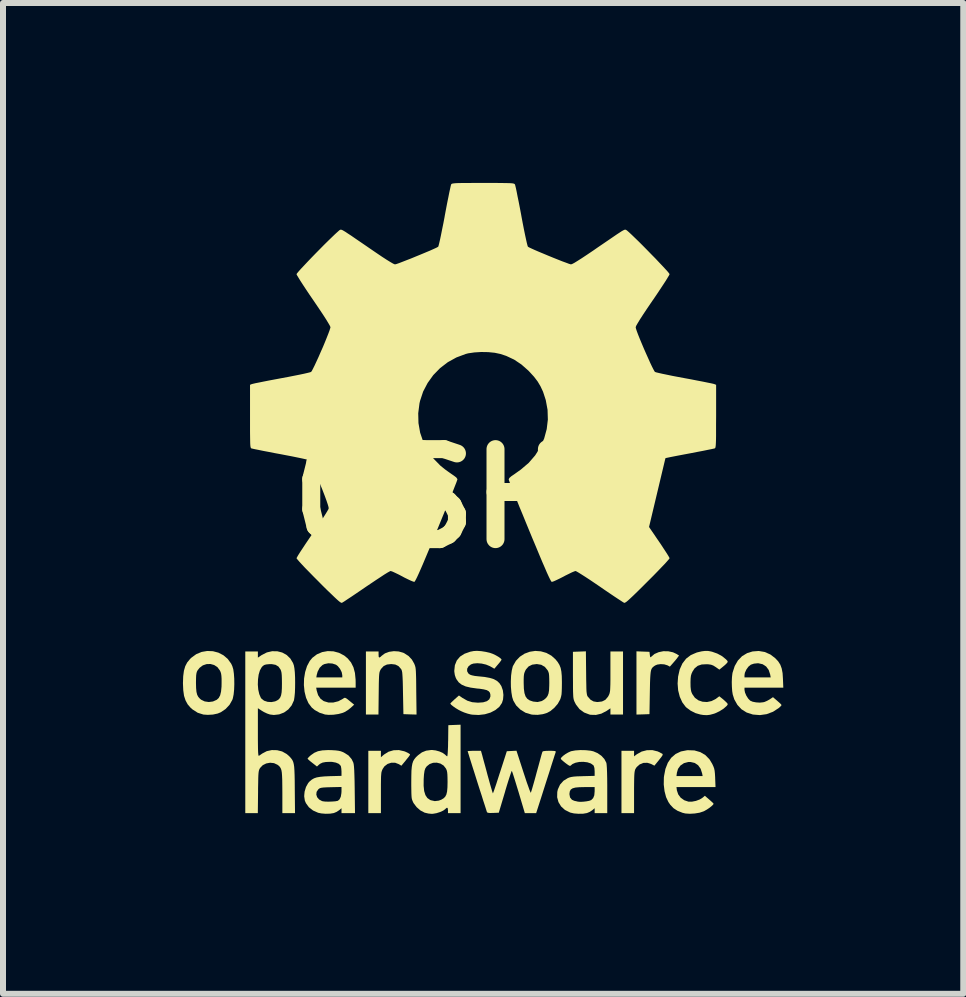
<source format=kicad_pcb>
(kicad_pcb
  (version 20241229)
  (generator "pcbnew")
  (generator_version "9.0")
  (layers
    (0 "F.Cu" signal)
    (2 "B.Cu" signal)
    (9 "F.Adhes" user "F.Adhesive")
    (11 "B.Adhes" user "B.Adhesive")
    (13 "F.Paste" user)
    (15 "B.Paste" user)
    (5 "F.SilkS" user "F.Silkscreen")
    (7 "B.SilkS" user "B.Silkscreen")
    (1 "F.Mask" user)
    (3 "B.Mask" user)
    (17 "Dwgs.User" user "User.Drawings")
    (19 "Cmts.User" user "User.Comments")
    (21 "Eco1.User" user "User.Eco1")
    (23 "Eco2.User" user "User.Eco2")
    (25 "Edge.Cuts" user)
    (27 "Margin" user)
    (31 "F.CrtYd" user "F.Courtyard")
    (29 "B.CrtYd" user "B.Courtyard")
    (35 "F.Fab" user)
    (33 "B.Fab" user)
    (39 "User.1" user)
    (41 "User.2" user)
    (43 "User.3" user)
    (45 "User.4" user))
  (footprint "OSHW"
    (layer "F.Cu")
    (at 4.996 5.259)
    (property "Reference" "OSHW" (at 0 0 0) (layer "F.SilkS") (effects (font (size 1.5 1.5) (thickness 0.3))))
    (attr board_only exclude_from_pos_files exclude_from_bom)
    (fp_poly (pts (xy 2.92 4.218) (xy 2.996 4.257) (xy 3.002 4.268) (xy 2.996 4.286) (xy 2.976 4.315) (xy 2.94 4.36) (xy 2.939 4.362) (xy 2.863 4.455) (xy 2.811 4.428) (xy 2.745 4.407) (xy 2.679 4.409) (xy 2.618 4.434) (xy 2.568 4.478) (xy 2.547 4.51) (xy 2.54 4.527) (xy 2.535 4.548) (xy 2.531 4.576) (xy 2.528 4.615) (xy 2.526 4.669) (xy 2.525 4.74) (xy 2.524 4.832) (xy 2.524 4.901) (xy 2.524 5.246) (xy 2.419 5.246) (xy 2.314 5.246) (xy 2.314 4.726) (xy 2.314 4.207) (xy 2.419 4.207) (xy 2.524 4.207) (xy 2.524 4.254) (xy 2.524 4.3) (xy 2.57 4.265) (xy 2.65 4.22) (xy 2.739 4.197) (xy 2.831 4.196)) (stroke (width 0) (type solid)) (fill yes) (layer "F.SilkS"))
    (fp_poly (pts (xy -1.307 4.215) (xy -1.279 4.226) (xy -1.241 4.245) (xy -1.216 4.261) (xy -1.21 4.269) (xy -1.217 4.284) (xy -1.238 4.313) (xy -1.269 4.351) (xy -1.282 4.368) (xy -1.355 4.456) (xy -1.397 4.43) (xy -1.459 4.406) (xy -1.524 4.406) (xy -1.585 4.426) (xy -1.637 4.466) (xy -1.666 4.509) (xy -1.675 4.528) (xy -1.682 4.547) (xy -1.688 4.57) (xy -1.691 4.6) (xy -1.694 4.64) (xy -1.695 4.695) (xy -1.696 4.768) (xy -1.696 4.862) (xy -1.696 4.907) (xy -1.696 5.246) (xy -1.801 5.246) (xy -1.906 5.246) (xy -1.906 4.726) (xy -1.906 4.207) (xy -1.801 4.207) (xy -1.696 4.207) (xy -1.696 4.261) (xy -1.696 4.314) (xy -1.643 4.269) (xy -1.57 4.223) (xy -1.485 4.198) (xy -1.396 4.195)) (stroke (width 0) (type solid)) (fill yes) (layer "F.SilkS"))
    (fp_poly (pts (xy 3.094 2.548) (xy 3.173 2.565) (xy 3.231 2.592) (xy 3.274 2.619) (xy 3.248 2.654) (xy 3.225 2.684) (xy 3.193 2.722) (xy 3.172 2.746) (xy 3.121 2.804) (xy 3.08 2.782) (xy 3.027 2.766) (xy 2.967 2.762) (xy 2.91 2.77) (xy 2.875 2.785) (xy 2.852 2.801) (xy 2.834 2.816) (xy 2.82 2.834) (xy 2.809 2.859) (xy 2.802 2.892) (xy 2.797 2.937) (xy 2.793 2.998) (xy 2.79 3.077) (xy 2.788 3.179) (xy 2.787 3.234) (xy 2.781 3.596) (xy 2.672 3.6) (xy 2.564 3.603) (xy 2.564 3.076) (xy 2.564 2.549) (xy 2.672 2.553) (xy 2.781 2.557) (xy 2.787 2.609) (xy 2.792 2.64) (xy 2.799 2.649) (xy 2.81 2.64) (xy 2.812 2.638) (xy 2.865 2.593) (xy 2.934 2.563) (xy 3.012 2.547)) (stroke (width 0) (type solid)) (fill yes) (layer "F.SilkS"))
    (fp_poly (pts (xy 1.725 2.911) (xy 1.726 3.018) (xy 1.728 3.102) (xy 1.729 3.166) (xy 1.731 3.214) (xy 1.735 3.248) (xy 1.739 3.272) (xy 1.744 3.289) (xy 1.751 3.302) (xy 1.756 3.308) (xy 1.8 3.357) (xy 1.848 3.384) (xy 1.907 3.394) (xy 1.917 3.394) (xy 1.99 3.385) (xy 2.047 3.356) (xy 2.09 3.305) (xy 2.1 3.287) (xy 2.109 3.268) (xy 2.116 3.249) (xy 2.121 3.226) (xy 2.125 3.197) (xy 2.127 3.156) (xy 2.129 3.101) (xy 2.13 3.029) (xy 2.13 2.935) (xy 2.13 2.89) (xy 2.13 2.551) (xy 2.235 2.551) (xy 2.34 2.551) (xy 2.34 3.076) (xy 2.34 3.602) (xy 2.235 3.602) (xy 2.13 3.602) (xy 2.13 3.551) (xy 2.13 3.499) (xy 2.065 3.543) (xy 1.978 3.588) (xy 1.889 3.609) (xy 1.802 3.607) (xy 1.781 3.603) (xy 1.69 3.568) (xy 1.614 3.512) (xy 1.555 3.435) (xy 1.536 3.398) (xy 1.527 3.379) (xy 1.52 3.359) (xy 1.515 3.337) (xy 1.511 3.309) (xy 1.509 3.271) (xy 1.507 3.22) (xy 1.506 3.153) (xy 1.506 3.067) (xy 1.505 2.958) (xy 1.505 2.945) (xy 1.505 2.557) (xy 1.613 2.553) (xy 1.721 2.549)) (stroke (width 0) (type solid)) (fill yes) (layer "F.SilkS"))
    (fp_poly (pts (xy -1.4 2.551) (xy -1.325 2.572) (xy -1.308 2.58) (xy -1.235 2.627) (xy -1.18 2.686) (xy -1.141 2.754) (xy -1.133 2.774) (xy -1.126 2.794) (xy -1.12 2.817) (xy -1.116 2.846) (xy -1.113 2.886) (xy -1.111 2.938) (xy -1.109 3.007) (xy -1.108 3.095) (xy -1.107 3.206) (xy -1.107 3.212) (xy -1.102 3.603) (xy -1.212 3.6) (xy -1.321 3.596) (xy -1.328 3.241) (xy -1.33 3.133) (xy -1.332 3.049) (xy -1.335 2.984) (xy -1.338 2.936) (xy -1.341 2.901) (xy -1.346 2.876) (xy -1.352 2.858) (xy -1.359 2.845) (xy -1.401 2.797) (xy -1.456 2.769) (xy -1.524 2.761) (xy -1.595 2.769) (xy -1.649 2.794) (xy -1.692 2.84) (xy -1.698 2.849) (xy -1.707 2.865) (xy -1.714 2.881) (xy -1.72 2.901) (xy -1.724 2.928) (xy -1.727 2.965) (xy -1.729 3.016) (xy -1.731 3.085) (xy -1.732 3.174) (xy -1.733 3.251) (xy -1.737 3.602) (xy -1.842 3.602) (xy -1.946 3.602) (xy -1.946 3.076) (xy -1.946 2.551) (xy -1.841 2.551) (xy -1.735 2.551) (xy -1.735 2.603) (xy -1.733 2.641) (xy -1.723 2.653) (xy -1.703 2.642) (xy -1.683 2.623) (xy -1.629 2.583) (xy -1.559 2.557) (xy -1.48 2.546)) (stroke (width 0) (type solid)) (fill yes) (layer "F.SilkS"))
    (fp_poly (pts (xy -2.487 2.549) (xy -2.394 2.574) (xy -2.308 2.619) (xy -2.25 2.667) (xy -2.194 2.735) (xy -2.154 2.815) (xy -2.129 2.909) (xy -2.118 3.022) (xy -2.117 3.073) (xy -2.117 3.155) (xy -2.446 3.155) (xy -2.775 3.155) (xy -2.766 3.205) (xy -2.743 3.28) (xy -2.702 3.34) (xy -2.649 3.379) (xy -2.572 3.402) (xy -2.489 3.402) (xy -2.405 3.381) (xy -2.326 3.338) (xy -2.32 3.333) (xy -2.305 3.324) (xy -2.289 3.325) (xy -2.268 3.336) (xy -2.235 3.362) (xy -2.218 3.376) (xy -2.142 3.438) (xy -2.202 3.493) (xy -2.248 3.529) (xy -2.301 3.561) (xy -2.331 3.574) (xy -2.405 3.594) (xy -2.488 3.606) (xy -2.569 3.608) (xy -2.628 3.602) (xy -2.718 3.573) (xy -2.8 3.527) (xy -2.849 3.486) (xy -2.904 3.413) (xy -2.944 3.323) (xy -2.969 3.221) (xy -2.98 3.112) (xy -2.977 3.002) (xy -2.974 2.984) (xy -2.773 2.984) (xy -2.557 2.984) (xy -2.34 2.984) (xy -2.34 2.947) (xy -2.35 2.896) (xy -2.377 2.842) (xy -2.414 2.796) (xy -2.445 2.772) (xy -2.506 2.752) (xy -2.573 2.748) (xy -2.636 2.761) (xy -2.67 2.777) (xy -2.717 2.823) (xy -2.751 2.888) (xy -2.766 2.942) (xy -2.773 2.984) (xy -2.974 2.984) (xy -2.959 2.894) (xy -2.928 2.795) (xy -2.882 2.709) (xy -2.839 2.657) (xy -2.763 2.599) (xy -2.676 2.562) (xy -2.583 2.545)) (stroke (width 0) (type solid)) (fill yes) (layer "F.SilkS"))
    (fp_poly (pts (xy 3.53 4.201) (xy 3.628 4.229) (xy 3.712 4.278) (xy 3.781 4.349) (xy 3.827 4.425) (xy 3.846 4.466) (xy 3.859 4.501) (xy 3.867 4.539) (xy 3.872 4.586) (xy 3.876 4.651) (xy 3.876 4.662) (xy 3.882 4.812) (xy 3.556 4.812) (xy 3.231 4.812) (xy 3.238 4.867) (xy 3.26 4.933) (xy 3.302 4.99) (xy 3.362 5.032) (xy 3.431 5.055) (xy 3.49 5.055) (xy 3.556 5.042) (xy 3.62 5.018) (xy 3.665 4.99) (xy 3.704 4.957) (xy 3.775 5.018) (xy 3.81 5.049) (xy 3.837 5.074) (xy 3.849 5.087) (xy 3.849 5.088) (xy 3.843 5.104) (xy 3.818 5.128) (xy 3.782 5.157) (xy 3.739 5.186) (xy 3.695 5.211) (xy 3.682 5.217) (xy 3.616 5.239) (xy 3.537 5.252) (xy 3.455 5.257) (xy 3.379 5.252) (xy 3.333 5.241) (xy 3.248 5.207) (xy 3.182 5.164) (xy 3.128 5.107) (xy 3.097 5.062) (xy 3.058 4.98) (xy 3.032 4.88) (xy 3.019 4.769) (xy 3.021 4.652) (xy 3.024 4.629) (xy 3.024 4.628) (xy 3.231 4.628) (xy 3.449 4.628) (xy 3.667 4.628) (xy 3.659 4.585) (xy 3.634 4.507) (xy 3.592 4.448) (xy 3.536 4.41) (xy 3.467 4.394) (xy 3.428 4.394) (xy 3.356 4.413) (xy 3.298 4.452) (xy 3.257 4.508) (xy 3.238 4.573) (xy 3.231 4.628) (xy 3.024 4.628) (xy 3.047 4.509) (xy 3.087 4.406) (xy 3.144 4.323) (xy 3.217 4.26) (xy 3.305 4.218) (xy 3.407 4.198) (xy 3.42 4.197)) (stroke (width 0) (type solid)) (fill yes) (layer "F.SilkS"))
    (fp_poly (pts (xy 3.755 2.542) (xy 3.805 2.551) (xy 3.826 2.556) (xy 3.911 2.586) (xy 3.992 2.63) (xy 4.056 2.682) (xy 4.062 2.688) (xy 4.082 2.711) (xy 4.085 2.726) (xy 4.072 2.745) (xy 4.068 2.749) (xy 4.042 2.775) (xy 4.006 2.805) (xy 3.994 2.815) (xy 3.946 2.854) (xy 3.885 2.811) (xy 3.845 2.786) (xy 3.808 2.772) (xy 3.76 2.765) (xy 3.737 2.764) (xy 3.652 2.768) (xy 3.586 2.79) (xy 3.533 2.833) (xy 3.498 2.887) (xy 3.482 2.922) (xy 3.472 2.957) (xy 3.467 3) (xy 3.465 3.058) (xy 3.465 3.076) (xy 3.466 3.141) (xy 3.471 3.188) (xy 3.479 3.225) (xy 3.494 3.26) (xy 3.496 3.263) (xy 3.538 3.323) (xy 3.597 3.366) (xy 3.665 3.389) (xy 3.74 3.394) (xy 3.816 3.378) (xy 3.887 3.342) (xy 3.897 3.334) (xy 3.945 3.298) (xy 3.994 3.337) (xy 4.029 3.367) (xy 4.06 3.396) (xy 4.068 3.404) (xy 4.085 3.425) (xy 4.083 3.44) (xy 4.068 3.459) (xy 4.016 3.505) (xy 3.948 3.548) (xy 3.874 3.583) (xy 3.849 3.591) (xy 3.789 3.607) (xy 3.736 3.613) (xy 3.678 3.61) (xy 3.628 3.602) (xy 3.548 3.579) (xy 3.467 3.538) (xy 3.398 3.487) (xy 3.384 3.474) (xy 3.328 3.399) (xy 3.286 3.306) (xy 3.259 3.2) (xy 3.25 3.085) (xy 3.258 2.97) (xy 3.285 2.851) (xy 3.33 2.751) (xy 3.392 2.671) (xy 3.472 2.61) (xy 3.571 2.568) (xy 3.651 2.549) (xy 3.708 2.542)) (stroke (width 0) (type solid)) (fill yes) (layer "F.SilkS"))
    (fp_poly (pts (xy 4.703 2.56) (xy 4.797 2.602) (xy 4.876 2.662) (xy 4.926 2.715) (xy 4.962 2.771) (xy 4.985 2.834) (xy 5 2.912) (xy 5.006 3.007) (xy 5.012 3.155) (xy 4.688 3.155) (xy 4.365 3.155) (xy 4.365 3.192) (xy 4.374 3.237) (xy 4.396 3.289) (xy 4.427 3.337) (xy 4.46 3.371) (xy 4.501 3.389) (xy 4.558 3.4) (xy 4.62 3.404) (xy 4.677 3.398) (xy 4.698 3.393) (xy 4.74 3.375) (xy 4.785 3.35) (xy 4.792 3.345) (xy 4.84 3.313) (xy 4.911 3.374) (xy 4.946 3.405) (xy 4.972 3.43) (xy 4.983 3.445) (xy 4.983 3.445) (xy 4.973 3.459) (xy 4.95 3.482) (xy 4.936 3.494) (xy 4.841 3.556) (xy 4.735 3.596) (xy 4.623 3.612) (xy 4.509 3.603) (xy 4.503 3.602) (xy 4.401 3.569) (xy 4.315 3.515) (xy 4.247 3.442) (xy 4.195 3.35) (xy 4.169 3.268) (xy 4.16 3.212) (xy 4.155 3.14) (xy 4.153 3.061) (xy 4.156 2.985) (xy 4.16 2.947) (xy 4.365 2.947) (xy 4.365 2.984) (xy 4.583 2.984) (xy 4.802 2.984) (xy 4.793 2.935) (xy 4.768 2.859) (xy 4.726 2.802) (xy 4.668 2.764) (xy 4.597 2.748) (xy 4.583 2.748) (xy 4.523 2.754) (xy 4.472 2.771) (xy 4.47 2.772) (xy 4.43 2.805) (xy 4.395 2.854) (xy 4.371 2.908) (xy 4.365 2.947) (xy 4.16 2.947) (xy 4.163 2.922) (xy 4.166 2.905) (xy 4.202 2.794) (xy 4.255 2.702) (xy 4.324 2.63) (xy 4.409 2.579) (xy 4.499 2.551) (xy 4.602 2.543)) (stroke (width 0) (type solid)) (fill yes) (layer "F.SilkS"))
    (fp_poly (pts (xy -4.496 2.547) (xy -4.405 2.571) (xy -4.322 2.614) (xy -4.25 2.675) (xy -4.192 2.755) (xy -4.173 2.796) (xy -4.157 2.849) (xy -4.147 2.922) (xy -4.141 3.006) (xy -4.14 3.097) (xy -4.143 3.185) (xy -4.151 3.266) (xy -4.164 3.331) (xy -4.173 3.358) (xy -4.22 3.441) (xy -4.286 3.511) (xy -4.364 3.564) (xy -4.417 3.586) (xy -4.496 3.603) (xy -4.581 3.608) (xy -4.655 3.603) (xy -4.75 3.573) (xy -4.836 3.518) (xy -4.869 3.489) (xy -4.918 3.432) (xy -4.953 3.367) (xy -4.978 3.291) (xy -4.991 3.198) (xy -4.996 3.085) (xy -4.996 3.076) (xy -4.779 3.076) (xy -4.777 3.161) (xy -4.771 3.225) (xy -4.759 3.273) (xy -4.74 3.309) (xy -4.712 3.34) (xy -4.692 3.356) (xy -4.634 3.384) (xy -4.565 3.394) (xy -4.496 3.385) (xy -4.433 3.357) (xy -4.433 3.357) (xy -4.4 3.327) (xy -4.376 3.282) (xy -4.361 3.22) (xy -4.353 3.137) (xy -4.352 3.076) (xy -4.352 3.007) (xy -4.355 2.958) (xy -4.36 2.922) (xy -4.369 2.892) (xy -4.381 2.867) (xy -4.422 2.812) (xy -4.476 2.777) (xy -4.538 2.76) (xy -4.603 2.762) (xy -4.665 2.783) (xy -4.719 2.824) (xy -4.752 2.866) (xy -4.764 2.889) (xy -4.771 2.915) (xy -4.776 2.95) (xy -4.778 2.999) (xy -4.779 3.069) (xy -4.779 3.076) (xy -4.996 3.076) (xy -4.992 2.964) (xy -4.98 2.873) (xy -4.958 2.797) (xy -4.925 2.734) (xy -4.878 2.677) (xy -4.859 2.658) (xy -4.776 2.597) (xy -4.685 2.559) (xy -4.591 2.543)) (stroke (width 0) (type solid)) (fill yes) (layer "F.SilkS"))
    (fp_poly (pts (xy 0.971 2.549) (xy 1.062 2.575) (xy 1.147 2.622) (xy 1.215 2.683) (xy 1.252 2.729) (xy 1.28 2.775) (xy 1.3 2.825) (xy 1.312 2.885) (xy 1.319 2.96) (xy 1.321 3.055) (xy 1.321 3.083) (xy 1.32 3.163) (xy 1.318 3.222) (xy 1.315 3.266) (xy 1.308 3.301) (xy 1.299 3.333) (xy 1.291 3.354) (xy 1.252 3.424) (xy 1.195 3.49) (xy 1.129 3.545) (xy 1.074 3.575) (xy 1.001 3.597) (xy 0.917 3.608) (xy 0.833 3.605) (xy 0.812 3.602) (xy 0.715 3.573) (xy 0.63 3.521) (xy 0.559 3.451) (xy 0.511 3.37) (xy 0.492 3.31) (xy 0.479 3.231) (xy 0.471 3.141) (xy 0.47 3.076) (xy 0.684 3.076) (xy 0.687 3.172) (xy 0.697 3.245) (xy 0.715 3.3) (xy 0.743 3.339) (xy 0.784 3.367) (xy 0.838 3.385) (xy 0.838 3.386) (xy 0.915 3.394) (xy 0.985 3.378) (xy 1.024 3.355) (xy 1.058 3.326) (xy 1.082 3.293) (xy 1.098 3.252) (xy 1.107 3.198) (xy 1.11 3.125) (xy 1.111 3.076) (xy 1.11 3.005) (xy 1.108 2.954) (xy 1.104 2.918) (xy 1.096 2.891) (xy 1.085 2.868) (xy 1.084 2.866) (xy 1.037 2.808) (xy 0.976 2.773) (xy 0.903 2.761) (xy 0.902 2.761) (xy 0.826 2.771) (xy 0.766 2.801) (xy 0.722 2.851) (xy 0.713 2.867) (xy 0.7 2.896) (xy 0.691 2.925) (xy 0.686 2.963) (xy 0.684 3.014) (xy 0.684 3.076) (xy 0.47 3.076) (xy 0.47 3.046) (xy 0.474 2.954) (xy 0.485 2.871) (xy 0.501 2.804) (xy 0.506 2.792) (xy 0.555 2.707) (xy 0.62 2.639) (xy 0.698 2.588) (xy 0.785 2.556) (xy 0.877 2.542)) (stroke (width 0) (type solid)) (fill yes) (layer "F.SilkS"))
    (fp_poly (pts (xy -0.368 4.509) (xy -0.368 5.246) (xy -0.473 5.246) (xy -0.578 5.246) (xy -0.578 5.2) (xy -0.582 5.165) (xy -0.594 5.155) (xy -0.615 5.17) (xy -0.624 5.18) (xy -0.659 5.205) (xy -0.71 5.228) (xy -0.77 5.247) (xy -0.828 5.257) (xy -0.852 5.258) (xy -0.904 5.253) (xy -0.956 5.241) (xy -0.968 5.238) (xy -1.038 5.201) (xy -1.101 5.146) (xy -1.151 5.08) (xy -1.159 5.065) (xy -1.169 5.042) (xy -1.177 5.02) (xy -1.183 4.995) (xy -1.186 4.961) (xy -1.188 4.916) (xy -1.189 4.854) (xy -1.19 4.79) (xy -0.984 4.79) (xy -0.975 4.878) (xy -0.954 4.946) (xy -0.922 4.994) (xy -0.878 5.025) (xy -0.865 5.031) (xy -0.797 5.046) (xy -0.732 5.038) (xy -0.689 5.022) (xy -0.651 4.999) (xy -0.624 4.972) (xy -0.605 4.936) (xy -0.593 4.886) (xy -0.587 4.819) (xy -0.585 4.73) (xy -0.585 4.726) (xy -0.586 4.653) (xy -0.588 4.6) (xy -0.592 4.562) (xy -0.599 4.532) (xy -0.61 4.507) (xy -0.612 4.503) (xy -0.651 4.453) (xy -0.704 4.42) (xy -0.764 4.405) (xy -0.826 4.407) (xy -0.884 4.428) (xy -0.932 4.466) (xy -0.955 4.499) (xy -0.969 4.54) (xy -0.978 4.603) (xy -0.983 4.678) (xy -0.984 4.79) (xy -1.19 4.79) (xy -1.19 4.771) (xy -1.19 4.733) (xy -1.189 4.625) (xy -1.187 4.54) (xy -1.181 4.474) (xy -1.172 4.422) (xy -1.158 4.38) (xy -1.138 4.346) (xy -1.112 4.314) (xy -1.078 4.282) (xy -1.012 4.233) (xy -0.942 4.205) (xy -0.86 4.194) (xy -0.84 4.194) (xy -0.782 4.201) (xy -0.721 4.218) (xy -0.666 4.242) (xy -0.626 4.271) (xy -0.62 4.277) (xy -0.6 4.295) (xy -0.59 4.299) (xy -0.587 4.287) (xy -0.583 4.252) (xy -0.58 4.199) (xy -0.577 4.131) (xy -0.576 4.053) (xy -0.575 4.039) (xy -0.572 3.78) (xy -0.47 3.776) (xy -0.368 3.772)) (stroke (width 0) (type solid)) (fill yes) (layer "F.SilkS"))
    (fp_poly (pts (xy -0.023 2.546) (xy 0.052 2.558) (xy 0.121 2.574) (xy 0.169 2.591) (xy 0.219 2.615) (xy 0.264 2.641) (xy 0.297 2.665) (xy 0.314 2.683) (xy 0.315 2.686) (xy 0.308 2.701) (xy 0.287 2.73) (xy 0.257 2.766) (xy 0.255 2.768) (xy 0.195 2.839) (xy 0.122 2.797) (xy 0.057 2.77) (xy -0.016 2.753) (xy -0.09 2.747) (xy -0.155 2.753) (xy -0.195 2.767) (xy -0.236 2.799) (xy -0.258 2.838) (xy -0.259 2.88) (xy -0.239 2.917) (xy -0.211 2.938) (xy -0.179 2.949) (xy -0.131 2.959) (xy -0.077 2.965) (xy -0.077 2.965) (xy 0.033 2.976) (xy 0.119 2.992) (xy 0.187 3.013) (xy 0.239 3.042) (xy 0.279 3.079) (xy 0.311 3.127) (xy 0.313 3.132) (xy 0.337 3.2) (xy 0.346 3.276) (xy 0.34 3.351) (xy 0.322 3.409) (xy 0.278 3.474) (xy 0.212 3.528) (xy 0.131 3.57) (xy 0.037 3.598) (xy -0.065 3.61) (xy -0.171 3.605) (xy -0.197 3.601) (xy -0.249 3.588) (xy -0.309 3.568) (xy -0.353 3.549) (xy -0.401 3.525) (xy -0.449 3.496) (xy -0.492 3.466) (xy -0.523 3.441) (xy -0.538 3.423) (xy -0.539 3.42) (xy -0.53 3.408) (xy -0.505 3.384) (xy -0.471 3.352) (xy -0.467 3.348) (xy -0.395 3.285) (xy -0.336 3.326) (xy -0.255 3.372) (xy -0.174 3.397) (xy -0.08 3.405) (xy -0.077 3.405) (xy 0.008 3.399) (xy 0.071 3.38) (xy 0.111 3.349) (xy 0.129 3.304) (xy 0.129 3.271) (xy 0.121 3.239) (xy 0.102 3.215) (xy 0.069 3.196) (xy 0.018 3.183) (xy -0.054 3.172) (xy -0.092 3.169) (xy -0.199 3.154) (xy -0.283 3.134) (xy -0.349 3.105) (xy -0.399 3.066) (xy -0.436 3.015) (xy -0.448 2.991) (xy -0.464 2.944) (xy -0.472 2.89) (xy -0.473 2.874) (xy -0.463 2.78) (xy -0.431 2.701) (xy -0.377 2.637) (xy -0.302 2.589) (xy -0.206 2.555) (xy -0.149 2.544) (xy -0.094 2.541)) (stroke (width 0) (type solid)) (fill yes) (layer "F.SilkS"))
    (fp_poly (pts (xy -2.524 4.196) (xy -2.455 4.2) (xy -2.405 4.206) (xy -2.365 4.215) (xy -2.328 4.229) (xy -2.309 4.239) (xy -2.236 4.285) (xy -2.184 4.346) (xy -2.156 4.404) (xy -2.15 4.429) (xy -2.145 4.47) (xy -2.141 4.53) (xy -2.138 4.611) (xy -2.135 4.714) (xy -2.133 4.842) (xy -2.133 4.848) (xy -2.128 5.246) (xy -2.24 5.246) (xy -2.353 5.246) (xy -2.353 5.205) (xy -2.353 5.164) (xy -2.393 5.198) (xy -2.434 5.225) (xy -2.479 5.244) (xy -2.482 5.245) (xy -2.543 5.255) (xy -2.617 5.257) (xy -2.69 5.251) (xy -2.743 5.24) (xy -2.828 5.202) (xy -2.897 5.148) (xy -2.946 5.08) (xy -2.964 5.038) (xy -2.975 4.966) (xy -2.973 4.937) (xy -2.773 4.937) (xy -2.759 4.981) (xy -2.726 5.019) (xy -2.678 5.045) (xy -2.662 5.049) (xy -2.621 5.054) (xy -2.567 5.055) (xy -2.509 5.053) (xy -2.457 5.049) (xy -2.419 5.042) (xy -2.413 5.04) (xy -2.386 5.017) (xy -2.365 4.973) (xy -2.355 4.914) (xy -2.353 4.884) (xy -2.353 4.81) (xy -2.53 4.814) (xy -2.602 4.816) (xy -2.652 4.819) (xy -2.686 4.823) (xy -2.709 4.829) (xy -2.726 4.838) (xy -2.74 4.85) (xy -2.768 4.891) (xy -2.773 4.937) (xy -2.973 4.937) (xy -2.968 4.887) (xy -2.945 4.81) (xy -2.908 4.744) (xy -2.884 4.717) (xy -2.849 4.688) (xy -2.811 4.666) (xy -2.767 4.651) (xy -2.71 4.641) (xy -2.637 4.634) (xy -2.547 4.63) (xy -2.353 4.625) (xy -2.353 4.553) (xy -2.356 4.507) (xy -2.362 4.469) (xy -2.368 4.455) (xy -2.397 4.425) (xy -2.446 4.404) (xy -2.51 4.392) (xy -2.542 4.391) (xy -2.615 4.394) (xy -2.669 4.404) (xy -2.709 4.423) (xy -2.728 4.438) (xy -2.762 4.469) (xy -2.84 4.408) (xy -2.878 4.378) (xy -2.906 4.353) (xy -2.918 4.339) (xy -2.919 4.337) (xy -2.909 4.324) (xy -2.886 4.3) (xy -2.863 4.28) (xy -2.808 4.241) (xy -2.745 4.214) (xy -2.671 4.2) (xy -2.579 4.195)) (stroke (width 0) (type solid)) (fill yes) (layer "F.SilkS"))
    (fp_poly (pts (xy 1.719 4.197) (xy 1.802 4.206) (xy 1.846 4.216) (xy 1.916 4.246) (xy 1.979 4.29) (xy 2.029 4.344) (xy 2.06 4.403) (xy 2.063 4.411) (xy 2.067 4.441) (xy 2.071 4.495) (xy 2.074 4.572) (xy 2.076 4.668) (xy 2.077 4.781) (xy 2.077 4.855) (xy 2.077 5.246) (xy 1.972 5.246) (xy 1.867 5.246) (xy 1.867 5.205) (xy 1.867 5.164) (xy 1.827 5.198) (xy 1.786 5.225) (xy 1.741 5.244) (xy 1.738 5.245) (xy 1.674 5.256) (xy 1.597 5.257) (xy 1.521 5.251) (xy 1.457 5.236) (xy 1.456 5.235) (xy 1.372 5.193) (xy 1.308 5.135) (xy 1.264 5.063) (xy 1.242 4.982) (xy 1.243 4.933) (xy 1.447 4.933) (xy 1.457 4.985) (xy 1.488 5.023) (xy 1.528 5.041) (xy 1.565 5.049) (xy 1.584 5.054) (xy 1.623 5.058) (xy 1.674 5.056) (xy 1.728 5.05) (xy 1.776 5.041) (xy 1.808 5.029) (xy 1.81 5.028) (xy 1.842 4.996) (xy 1.861 4.949) (xy 1.867 4.882) (xy 1.867 4.877) (xy 1.867 4.812) (xy 1.702 4.812) (xy 1.612 4.814) (xy 1.546 4.82) (xy 1.499 4.833) (xy 1.469 4.853) (xy 1.453 4.883) (xy 1.447 4.923) (xy 1.447 4.933) (xy 1.243 4.933) (xy 1.244 4.893) (xy 1.254 4.849) (xy 1.29 4.771) (xy 1.347 4.707) (xy 1.42 4.662) (xy 1.448 4.651) (xy 1.48 4.643) (xy 1.521 4.637) (xy 1.576 4.633) (xy 1.651 4.631) (xy 1.673 4.63) (xy 1.867 4.625) (xy 1.867 4.549) (xy 1.863 4.493) (xy 1.851 4.456) (xy 1.844 4.447) (xy 1.803 4.418) (xy 1.746 4.399) (xy 1.68 4.391) (xy 1.611 4.393) (xy 1.548 4.406) (xy 1.497 4.428) (xy 1.474 4.448) (xy 1.463 4.457) (xy 1.449 4.457) (xy 1.427 4.445) (xy 1.391 4.419) (xy 1.379 4.41) (xy 1.342 4.38) (xy 1.314 4.355) (xy 1.302 4.34) (xy 1.302 4.339) (xy 1.312 4.319) (xy 1.34 4.292) (xy 1.379 4.263) (xy 1.423 4.237) (xy 1.464 4.218) (xy 1.474 4.214) (xy 1.544 4.201) (xy 1.63 4.195)) (stroke (width 0) (type solid)) (fill yes) (layer "F.SilkS"))
    (fp_poly (pts (xy 0.679 4.561) (xy 0.709 4.652) (xy 0.736 4.734) (xy 0.761 4.803) (xy 0.78 4.857) (xy 0.795 4.893) (xy 0.802 4.907) (xy 0.803 4.907) (xy 0.808 4.892) (xy 0.82 4.855) (xy 0.836 4.8) (xy 0.856 4.73) (xy 0.879 4.648) (xy 0.9 4.569) (xy 0.925 4.479) (xy 0.947 4.398) (xy 0.966 4.328) (xy 0.981 4.273) (xy 0.992 4.237) (xy 0.996 4.223) (xy 1.01 4.214) (xy 1.048 4.209) (xy 1.109 4.207) (xy 1.114 4.207) (xy 1.171 4.208) (xy 1.204 4.211) (xy 1.219 4.218) (xy 1.219 4.223) (xy 1.214 4.241) (xy 1.201 4.279) (xy 1.184 4.333) (xy 1.162 4.401) (xy 1.138 4.476) (xy 1.138 4.477) (xy 1.109 4.569) (xy 1.074 4.677) (xy 1.038 4.79) (xy 1.003 4.9) (xy 0.978 4.979) (xy 0.892 5.246) (xy 0.797 5.246) (xy 0.703 5.246) (xy 0.599 4.896) (xy 0.571 4.805) (xy 0.546 4.723) (xy 0.524 4.652) (xy 0.506 4.596) (xy 0.493 4.558) (xy 0.486 4.542) (xy 0.486 4.542) (xy 0.48 4.553) (xy 0.468 4.586) (xy 0.451 4.637) (xy 0.429 4.705) (xy 0.404 4.785) (xy 0.377 4.875) (xy 0.374 4.888) (xy 0.269 5.239) (xy 0.174 5.243) (xy 0.119 5.244) (xy 0.086 5.24) (xy 0.073 5.231) (xy 0.072 5.23) (xy 0.065 5.209) (xy 0.052 5.167) (xy 0.033 5.108) (xy 0.009 5.035) (xy -0.017 4.951) (xy -0.047 4.859) (xy -0.078 4.762) (xy -0.109 4.664) (xy -0.139 4.568) (xy -0.168 4.478) (xy -0.194 4.395) (xy -0.216 4.325) (xy -0.233 4.269) (xy -0.245 4.231) (xy -0.25 4.215) (xy -0.25 4.214) (xy -0.238 4.211) (xy -0.205 4.209) (xy -0.159 4.207) (xy -0.139 4.207) (xy -0.028 4.207) (xy -0.016 4.25) (xy -0.009 4.274) (xy 0.003 4.32) (xy 0.02 4.383) (xy 0.041 4.459) (xy 0.064 4.544) (xy 0.08 4.605) (xy 0.104 4.691) (xy 0.125 4.768) (xy 0.144 4.832) (xy 0.158 4.881) (xy 0.168 4.91) (xy 0.171 4.917) (xy 0.176 4.905) (xy 0.189 4.871) (xy 0.207 4.818) (xy 0.23 4.75) (xy 0.256 4.669) (xy 0.285 4.579) (xy 0.29 4.565) (xy 0.403 4.214) (xy 0.483 4.21) (xy 0.564 4.206)) (stroke (width 0) (type solid)) (fill yes) (layer "F.SilkS"))
    (fp_poly (pts (xy -3.423 2.548) (xy -3.341 2.569) (xy -3.267 2.61) (xy -3.206 2.669) (xy -3.161 2.744) (xy -3.147 2.784) (xy -3.138 2.832) (xy -3.131 2.9) (xy -3.127 2.981) (xy -3.126 3.069) (xy -3.127 3.157) (xy -3.13 3.24) (xy -3.137 3.31) (xy -3.145 3.362) (xy -3.147 3.369) (xy -3.184 3.45) (xy -3.24 3.518) (xy -3.311 3.569) (xy -3.392 3.6) (xy -3.481 3.61) (xy -3.546 3.602) (xy -3.593 3.586) (xy -3.646 3.561) (xy -3.678 3.542) (xy -3.747 3.497) (xy -3.747 3.899) (xy -3.747 4.016) (xy -3.746 4.109) (xy -3.745 4.18) (xy -3.743 4.232) (xy -3.74 4.266) (xy -3.737 4.285) (xy -3.732 4.291) (xy -3.73 4.291) (xy -3.709 4.277) (xy -3.679 4.256) (xy -3.675 4.253) (xy -3.599 4.213) (xy -3.515 4.195) (xy -3.427 4.197) (xy -3.343 4.218) (xy -3.268 4.26) (xy -3.236 4.287) (xy -3.209 4.314) (xy -3.188 4.339) (xy -3.171 4.364) (xy -3.158 4.393) (xy -3.149 4.428) (xy -3.142 4.474) (xy -3.138 4.533) (xy -3.135 4.608) (xy -3.133 4.702) (xy -3.132 4.82) (xy -3.132 4.841) (xy -3.128 5.246) (xy -3.234 5.246) (xy -3.339 5.246) (xy -3.339 4.901) (xy -3.34 4.786) (xy -3.341 4.695) (xy -3.344 4.624) (xy -3.348 4.57) (xy -3.355 4.529) (xy -3.366 4.499) (xy -3.38 4.476) (xy -3.398 4.457) (xy -3.42 4.44) (xy -3.478 4.413) (xy -3.543 4.406) (xy -3.608 4.418) (xy -3.666 4.447) (xy -3.71 4.493) (xy -3.711 4.495) (xy -3.72 4.51) (xy -3.727 4.527) (xy -3.732 4.547) (xy -3.736 4.575) (xy -3.739 4.614) (xy -3.741 4.668) (xy -3.742 4.739) (xy -3.744 4.832) (xy -3.744 4.894) (xy -3.748 5.246) (xy -3.853 5.246) (xy -3.957 5.246) (xy -3.957 3.898) (xy -3.957 3.103) (xy -3.748 3.103) (xy -3.741 3.187) (xy -3.724 3.262) (xy -3.699 3.321) (xy -3.686 3.339) (xy -3.643 3.372) (xy -3.585 3.391) (xy -3.521 3.395) (xy -3.459 3.383) (xy -3.423 3.366) (xy -3.394 3.344) (xy -3.374 3.317) (xy -3.36 3.281) (xy -3.351 3.231) (xy -3.347 3.164) (xy -3.346 3.083) (xy -3.347 3.005) (xy -3.349 2.947) (xy -3.353 2.906) (xy -3.36 2.876) (xy -3.37 2.851) (xy -3.404 2.803) (xy -3.452 2.774) (xy -3.516 2.762) (xy -3.563 2.763) (xy -3.611 2.768) (xy -3.641 2.777) (xy -3.664 2.793) (xy -3.683 2.813) (xy -3.713 2.866) (xy -3.734 2.936) (xy -3.745 3.017) (xy -3.748 3.103) (xy -3.957 3.103) (xy -3.957 2.551) (xy -3.852 2.551) (xy -3.747 2.551) (xy -3.747 2.602) (xy -3.747 2.654) (xy -3.682 2.61) (xy -3.597 2.567) (xy -3.51 2.547)) (stroke (width 0) (type solid)) (fill yes) (layer "F.SilkS"))
    (fp_poly (pts (xy 0.137 -5.259) (xy 0.244 -5.259) (xy 0.329 -5.258) (xy 0.395 -5.257) (xy 0.445 -5.256) (xy 0.482 -5.254) (xy 0.506 -5.251) (xy 0.522 -5.247) (xy 0.531 -5.242) (xy 0.537 -5.236) (xy 0.539 -5.233) (xy 0.544 -5.215) (xy 0.554 -5.174) (xy 0.567 -5.113) (xy 0.582 -5.035) (xy 0.601 -4.943) (xy 0.621 -4.84) (xy 0.642 -4.729) (xy 0.645 -4.711) (xy 0.666 -4.599) (xy 0.686 -4.496) (xy 0.705 -4.403) (xy 0.722 -4.324) (xy 0.736 -4.261) (xy 0.747 -4.218) (xy 0.754 -4.198) (xy 0.754 -4.197) (xy 0.772 -4.186) (xy 0.81 -4.168) (xy 0.865 -4.143) (xy 0.932 -4.114) (xy 1.009 -4.082) (xy 1.09 -4.048) (xy 1.173 -4.014) (xy 1.253 -3.982) (xy 1.326 -3.953) (xy 1.389 -3.93) (xy 1.437 -3.912) (xy 1.467 -3.903) (xy 1.473 -3.902) (xy 1.492 -3.908) (xy 1.527 -3.926) (xy 1.579 -3.958) (xy 1.65 -4.003) (xy 1.739 -4.062) (xy 1.849 -4.136) (xy 1.912 -4.18) (xy 2.022 -4.255) (xy 2.113 -4.317) (xy 2.186 -4.367) (xy 2.243 -4.406) (xy 2.288 -4.435) (xy 2.32 -4.456) (xy 2.344 -4.469) (xy 2.36 -4.477) (xy 2.372 -4.48) (xy 2.38 -4.48) (xy 2.387 -4.478) (xy 2.39 -4.477) (xy 2.407 -4.466) (xy 2.439 -4.438) (xy 2.484 -4.396) (xy 2.539 -4.343) (xy 2.602 -4.282) (xy 2.67 -4.214) (xy 2.741 -4.142) (xy 2.812 -4.069) (xy 2.882 -3.998) (xy 2.946 -3.93) (xy 3.004 -3.869) (xy 3.052 -3.817) (xy 3.089 -3.776) (xy 3.11 -3.749) (xy 3.116 -3.739) (xy 3.109 -3.722) (xy 3.088 -3.687) (xy 3.056 -3.634) (xy 3.013 -3.568) (xy 2.962 -3.491) (xy 2.905 -3.405) (xy 2.842 -3.312) (xy 2.833 -3.3) (xy 2.748 -3.175) (xy 2.678 -3.07) (xy 2.623 -2.985) (xy 2.584 -2.921) (xy 2.559 -2.877) (xy 2.551 -2.854) (xy 2.551 -2.854) (xy 2.556 -2.83) (xy 2.57 -2.788) (xy 2.592 -2.729) (xy 2.62 -2.659) (xy 2.653 -2.58) (xy 2.688 -2.497) (xy 2.725 -2.413) (xy 2.761 -2.333) (xy 2.794 -2.259) (xy 2.824 -2.196) (xy 2.849 -2.147) (xy 2.866 -2.117) (xy 2.873 -2.109) (xy 2.892 -2.102) (xy 2.934 -2.092) (xy 2.995 -2.078) (xy 3.073 -2.062) (xy 3.164 -2.043) (xy 3.265 -2.024) (xy 3.366 -2.005) (xy 3.475 -1.985) (xy 3.576 -1.965) (xy 3.666 -1.948) (xy 3.744 -1.932) (xy 3.804 -1.92) (xy 3.845 -1.911) (xy 3.862 -1.906) (xy 3.892 -1.894) (xy 3.892 -1.369) (xy 3.891 -1.237) (xy 3.891 -1.13) (xy 3.891 -1.043) (xy 3.89 -0.976) (xy 3.888 -0.925) (xy 3.886 -0.888) (xy 3.883 -0.863) (xy 3.88 -0.848) (xy 3.875 -0.839) (xy 3.869 -0.835) (xy 3.869 -0.834) (xy 3.851 -0.83) (xy 3.81 -0.821) (xy 3.75 -0.809) (xy 3.672 -0.793) (xy 3.582 -0.776) (xy 3.48 -0.756) (xy 3.373 -0.736) (xy 3.241 -0.711) (xy 3.134 -0.69) (xy 3.048 -0.672) (xy 2.983 -0.657) (xy 2.935 -0.645) (xy 2.904 -0.636) (xy 2.887 -0.628) (xy 2.884 -0.624) (xy 2.875 -0.607) (xy 2.858 -0.568) (xy 2.834 -0.511) (xy 2.804 -0.44) (xy 2.77 -0.357) (xy 2.733 -0.266) (xy 2.721 -0.235) (xy 2.672 -0.113) (xy 2.635 -0.014) (xy 2.607 0.064) (xy 2.589 0.119) (xy 2.58 0.155) (xy 2.58 0.168) (xy 2.588 0.187) (xy 2.61 0.225) (xy 2.644 0.278) (xy 2.687 0.346) (xy 2.739 0.424) (xy 2.796 0.509) (xy 2.851 0.589) (xy 2.912 0.679) (xy 2.969 0.762) (xy 3.018 0.837) (xy 3.06 0.901) (xy 3.091 0.95) (xy 3.11 0.983) (xy 3.116 0.997) (xy 3.107 1.011) (xy 3.081 1.041) (xy 3.041 1.086) (xy 2.987 1.142) (xy 2.923 1.209) (xy 2.851 1.283) (xy 2.771 1.363) (xy 2.75 1.384) (xy 2.655 1.479) (xy 2.576 1.557) (xy 2.513 1.618) (xy 2.463 1.665) (xy 2.425 1.7) (xy 2.397 1.723) (xy 2.377 1.736) (xy 2.364 1.741) (xy 2.359 1.74) (xy 2.342 1.731) (xy 2.307 1.708) (xy 2.255 1.674) (xy 2.19 1.631) (xy 2.113 1.579) (xy 2.029 1.522) (xy 1.954 1.47) (xy 1.864 1.409) (xy 1.781 1.353) (xy 1.706 1.304) (xy 1.643 1.264) (xy 1.593 1.233) (xy 1.561 1.215) (xy 1.548 1.21) (xy 1.528 1.216) (xy 1.489 1.232) (xy 1.438 1.257) (xy 1.377 1.287) (xy 1.35 1.302) (xy 1.287 1.334) (xy 1.231 1.361) (xy 1.187 1.381) (xy 1.159 1.39) (xy 1.152 1.391) (xy 1.145 1.385) (xy 1.134 1.367) (xy 1.118 1.337) (xy 1.097 1.293) (xy 1.07 1.234) (xy 1.037 1.157) (xy 0.996 1.063) (xy 0.948 0.949) (xy 0.892 0.814) (xy 0.826 0.657) (xy 0.781 0.548) (xy 0.723 0.407) (xy 0.668 0.272) (xy 0.616 0.147) (xy 0.57 0.032) (xy 0.529 -0.07) (xy 0.494 -0.157) (xy 0.466 -0.228) (xy 0.447 -0.279) (xy 0.436 -0.31) (xy 0.434 -0.317) (xy 0.445 -0.341) (xy 0.477 -0.369) (xy 0.49 -0.378) (xy 0.527 -0.403) (xy 0.576 -0.438) (xy 0.628 -0.475) (xy 0.64 -0.484) (xy 0.768 -0.593) (xy 0.875 -0.717) (xy 0.962 -0.854) (xy 1.026 -1.001) (xy 1.068 -1.156) (xy 1.087 -1.315) (xy 1.082 -1.477) (xy 1.052 -1.64) (xy 1.007 -1.778) (xy 0.965 -1.868) (xy 0.917 -1.949) (xy 0.857 -2.028) (xy 0.779 -2.113) (xy 0.763 -2.13) (xy 0.646 -2.233) (xy 0.525 -2.314) (xy 0.393 -2.376) (xy 0.296 -2.408) (xy 0.202 -2.428) (xy 0.092 -2.439) (xy -0.024 -2.441) (xy -0.138 -2.434) (xy -0.241 -2.419) (xy -0.283 -2.408) (xy -0.438 -2.35) (xy -0.581 -2.271) (xy -0.71 -2.172) (xy -0.823 -2.056) (xy -0.917 -1.925) (xy -0.992 -1.782) (xy -1.043 -1.628) (xy -1.053 -1.585) (xy -1.074 -1.42) (xy -1.07 -1.256) (xy -1.042 -1.096) (xy -0.99 -0.943) (xy -0.916 -0.798) (xy -0.82 -0.665) (xy -0.705 -0.547) (xy -0.627 -0.484) (xy -0.576 -0.447) (xy -0.525 -0.411) (xy -0.484 -0.383) (xy -0.477 -0.378) (xy -0.44 -0.35) (xy -0.422 -0.324) (xy -0.421 -0.317) (xy -0.426 -0.301) (xy -0.44 -0.262) (xy -0.463 -0.204) (xy -0.493 -0.127) (xy -0.53 -0.034) (xy -0.573 0.073) (xy -0.622 0.192) (xy -0.675 0.321) (xy -0.731 0.458) (xy -0.768 0.548) (xy -0.839 0.719) (xy -0.901 0.868) (xy -0.954 0.994) (xy -0.999 1.101) (xy -1.037 1.188) (xy -1.068 1.258) (xy -1.093 1.312) (xy -1.112 1.35) (xy -1.126 1.375) (xy -1.135 1.388) (xy -1.139 1.391) (xy -1.159 1.386) (xy -1.197 1.371) (xy -1.248 1.347) (xy -1.309 1.317) (xy -1.336 1.302) (xy -1.399 1.269) (xy -1.455 1.242) (xy -1.5 1.221) (xy -1.529 1.211) (xy -1.535 1.21) (xy -1.551 1.217) (xy -1.587 1.237) (xy -1.639 1.269) (xy -1.704 1.312) (xy -1.78 1.362) (xy -1.865 1.419) (xy -1.941 1.47) (xy -2.03 1.531) (xy -2.114 1.588) (xy -2.188 1.638) (xy -2.252 1.68) (xy -2.301 1.713) (xy -2.333 1.733) (xy -2.346 1.74) (xy -2.355 1.74) (xy -2.371 1.732) (xy -2.394 1.715) (xy -2.426 1.687) (xy -2.468 1.648) (xy -2.523 1.595) (xy -2.593 1.528) (xy -2.678 1.444) (xy -2.737 1.384) (xy -2.818 1.303) (xy -2.892 1.227) (xy -2.959 1.159) (xy -3.015 1.099) (xy -3.059 1.051) (xy -3.088 1.017) (xy -3.102 0.999) (xy -3.103 0.997) (xy -3.095 0.981) (xy -3.075 0.946) (xy -3.043 0.895) (xy -3 0.83) (xy -2.95 0.754) (xy -2.893 0.67) (xy -2.838 0.589) (xy -2.776 0.498) (xy -2.719 0.413) (xy -2.668 0.337) (xy -2.626 0.271) (xy -2.594 0.219) (xy -2.573 0.183) (xy -2.567 0.168) (xy -2.569 0.145) (xy -2.581 0.103) (xy -2.602 0.04) (xy -2.633 -0.045) (xy -2.674 -0.151) (xy -2.708 -0.235) (xy -2.745 -0.328) (xy -2.78 -0.414) (xy -2.812 -0.49) (xy -2.838 -0.552) (xy -2.857 -0.597) (xy -2.869 -0.621) (xy -2.871 -0.624) (xy -2.882 -0.632) (xy -2.906 -0.641) (xy -2.946 -0.652) (xy -3.003 -0.665) (xy -3.08 -0.681) (xy -3.177 -0.701) (xy -3.298 -0.724) (xy -3.36 -0.736) (xy -3.469 -0.756) (xy -3.57 -0.776) (xy -3.66 -0.793) (xy -3.737 -0.809) (xy -3.798 -0.821) (xy -3.838 -0.83) (xy -3.855 -0.834) (xy -3.861 -0.838) (xy -3.866 -0.846) (xy -3.87 -0.861) (xy -3.873 -0.885) (xy -3.875 -0.92) (xy -3.876 -0.969) (xy -3.877 -1.034) (xy -3.878 -1.118) (xy -3.878 -1.223) (xy -3.878 -1.351) (xy -3.878 -1.369) (xy -3.878 -1.894) (xy -3.849 -1.906) (xy -3.829 -1.911) (xy -3.787 -1.921) (xy -3.725 -1.933) (xy -3.647 -1.949) (xy -3.555 -1.967) (xy -3.454 -1.986) (xy -3.353 -2.005) (xy -3.245 -2.025) (xy -3.144 -2.045) (xy -3.053 -2.063) (xy -2.977 -2.079) (xy -2.917 -2.093) (xy -2.877 -2.103) (xy -2.86 -2.109) (xy -2.848 -2.125) (xy -2.828 -2.163) (xy -2.801 -2.217) (xy -2.77 -2.284) (xy -2.735 -2.36) (xy -2.699 -2.443) (xy -2.662 -2.526) (xy -2.628 -2.608) (xy -2.597 -2.685) (xy -2.571 -2.751) (xy -2.551 -2.805) (xy -2.54 -2.841) (xy -2.537 -2.854) (xy -2.545 -2.875) (xy -2.569 -2.917) (xy -2.607 -2.98) (xy -2.661 -3.064) (xy -2.73 -3.167) (xy -2.814 -3.291) (xy -2.82 -3.3) (xy -2.884 -3.393) (xy -2.942 -3.48) (xy -2.994 -3.559) (xy -3.038 -3.627) (xy -3.071 -3.681) (xy -3.094 -3.719) (xy -3.103 -3.738) (xy -3.103 -3.739) (xy -3.094 -3.753) (xy -3.068 -3.784) (xy -3.029 -3.828) (xy -2.978 -3.882) (xy -2.919 -3.945) (xy -2.853 -4.014) (xy -2.783 -4.086) (xy -2.711 -4.159) (xy -2.641 -4.23) (xy -2.574 -4.296) (xy -2.512 -4.356) (xy -2.459 -4.407) (xy -2.417 -4.445) (xy -2.389 -4.47) (xy -2.377 -4.477) (xy -2.369 -4.48) (xy -2.361 -4.48) (xy -2.351 -4.478) (xy -2.336 -4.472) (xy -2.315 -4.46) (xy -2.285 -4.442) (xy -2.245 -4.415) (xy -2.191 -4.38) (xy -2.123 -4.333) (xy -2.038 -4.275) (xy -1.934 -4.204) (xy -1.898 -4.179) (xy -1.778 -4.097) (xy -1.679 -4.03) (xy -1.599 -3.978) (xy -1.537 -3.94) (xy -1.494 -3.915) (xy -1.467 -3.903) (xy -1.46 -3.902) (xy -1.439 -3.907) (xy -1.398 -3.921) (xy -1.341 -3.943) (xy -1.272 -3.97) (xy -1.194 -4) (xy -1.112 -4.034) (xy -1.029 -4.068) (xy -0.95 -4.101) (xy -0.878 -4.131) (xy -0.818 -4.158) (xy -0.772 -4.179) (xy -0.746 -4.193) (xy -0.741 -4.196) (xy -0.735 -4.213) (xy -0.725 -4.252) (xy -0.711 -4.312) (xy -0.695 -4.388) (xy -0.677 -4.479) (xy -0.656 -4.581) (xy -0.635 -4.691) (xy -0.632 -4.71) (xy -0.611 -4.822) (xy -0.591 -4.927) (xy -0.572 -5.02) (xy -0.556 -5.101) (xy -0.542 -5.165) (xy -0.532 -5.21) (xy -0.526 -5.232) (xy -0.526 -5.233) (xy -0.521 -5.24) (xy -0.514 -5.245) (xy -0.502 -5.249) (xy -0.482 -5.252) (xy -0.452 -5.255) (xy -0.409 -5.257) (xy -0.351 -5.258) (xy -0.276 -5.258) (xy -0.18 -5.259) (xy -0.062 -5.259) (xy 0.007 -5.259)) (stroke (width 0) (type solid)) (fill yes) (layer "F.SilkS")))
  (gr_rect
    (start -3 -3)
    (end 13.008 13.517)
    (stroke (width 0.1) (type default))
    (fill no)
    (layer "Edge.Cuts")))
</source>
